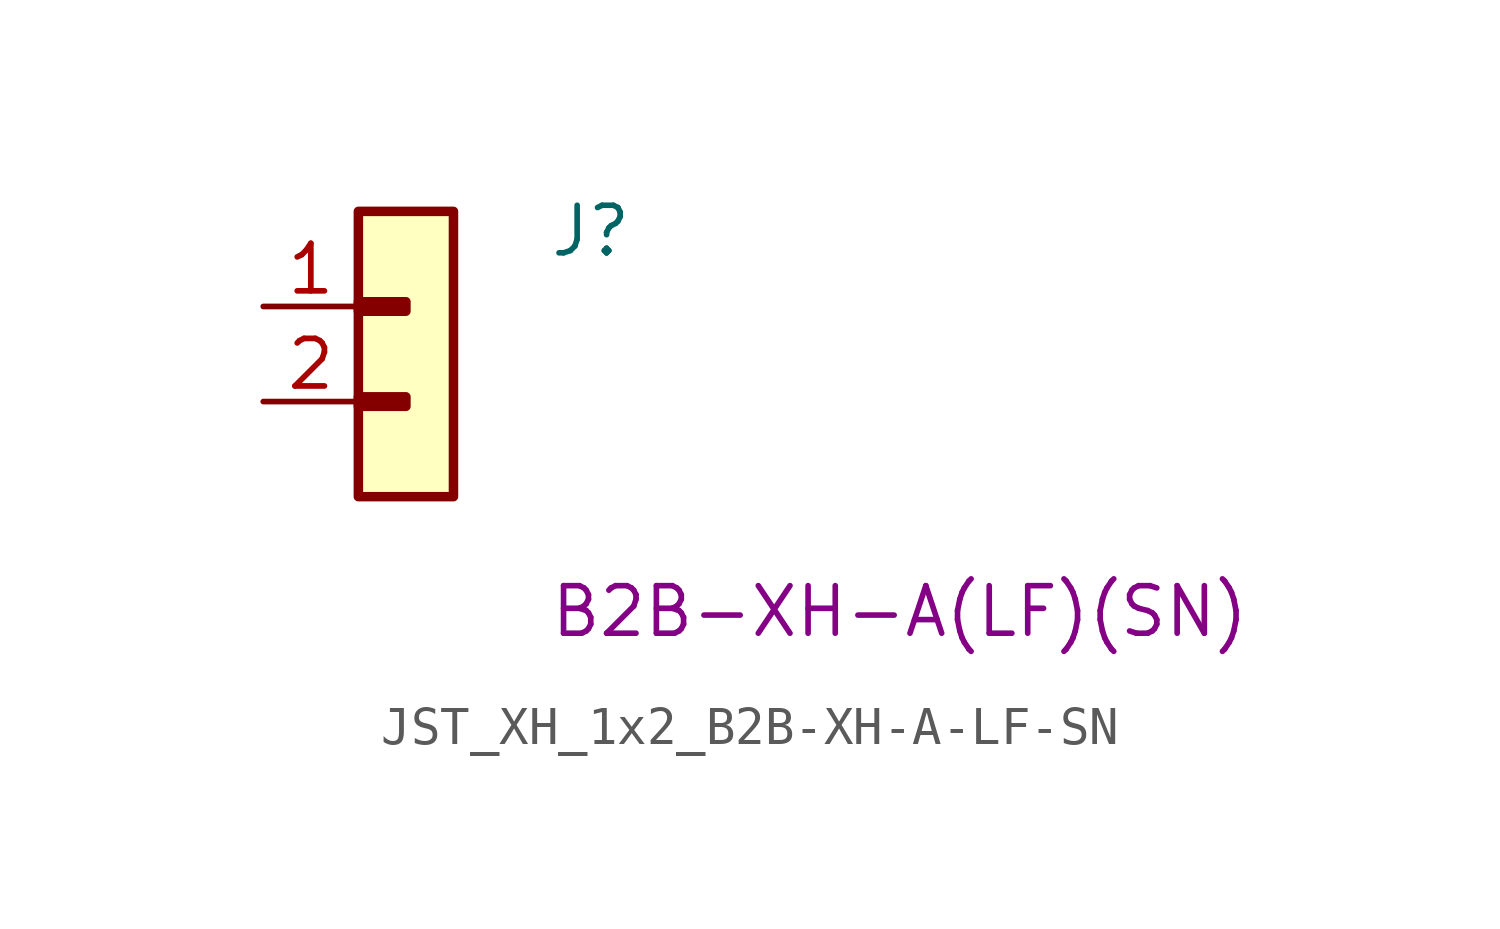
<source format=kicad_sym>
(kicad_symbol_lib
  (version 20220914)
  (generator kicad_symbol_editor)
  (symbol "JST_XH_1x2_B2B-XH-A-LF-SN"
    (property "Reference" "J"
      (at 7.62 1.27 0)
      (effects (font (size 1.27 1.27) (thickness 0.15)) (justify left bottom)))
    (property "MPN" "B2B-XH-A(LF)(SN)"
      (at 7.62 -8.89 0)
      (effects (font (size 1.27 1.27) (thickness 0.15)) (justify left bottom)))
    (symbol "JST_XH_1x2_B2B-XH-A-LF-SN_1_1"
      (rectangle (start 2.54 -2.413) (end 3.81 -2.667) (stroke (width 0.254) (type default)) (fill (type background)))
      (rectangle (start 2.54 0.127) (end 3.81 -0.127) (stroke (width 0.254) (type default)) (fill (type background)))
      (rectangle (start 2.54 2.54) (end 5.08 -5.08) (stroke (width 0.254) (type default)) (fill (type background)))
      (pin passive line (at 0 0 0) (length 2.54) (name "~" (effects (font (size 1.27 1.27)))) (number "1" (effects (font (size 1.27 1.27)))))
      (pin passive line (at 0 -2.54 0) (length 2.54) (name "~" (effects (font (size 1.27 1.27)))) (number "2" (effects (font (size 1.27 1.27))))))))
</source>
